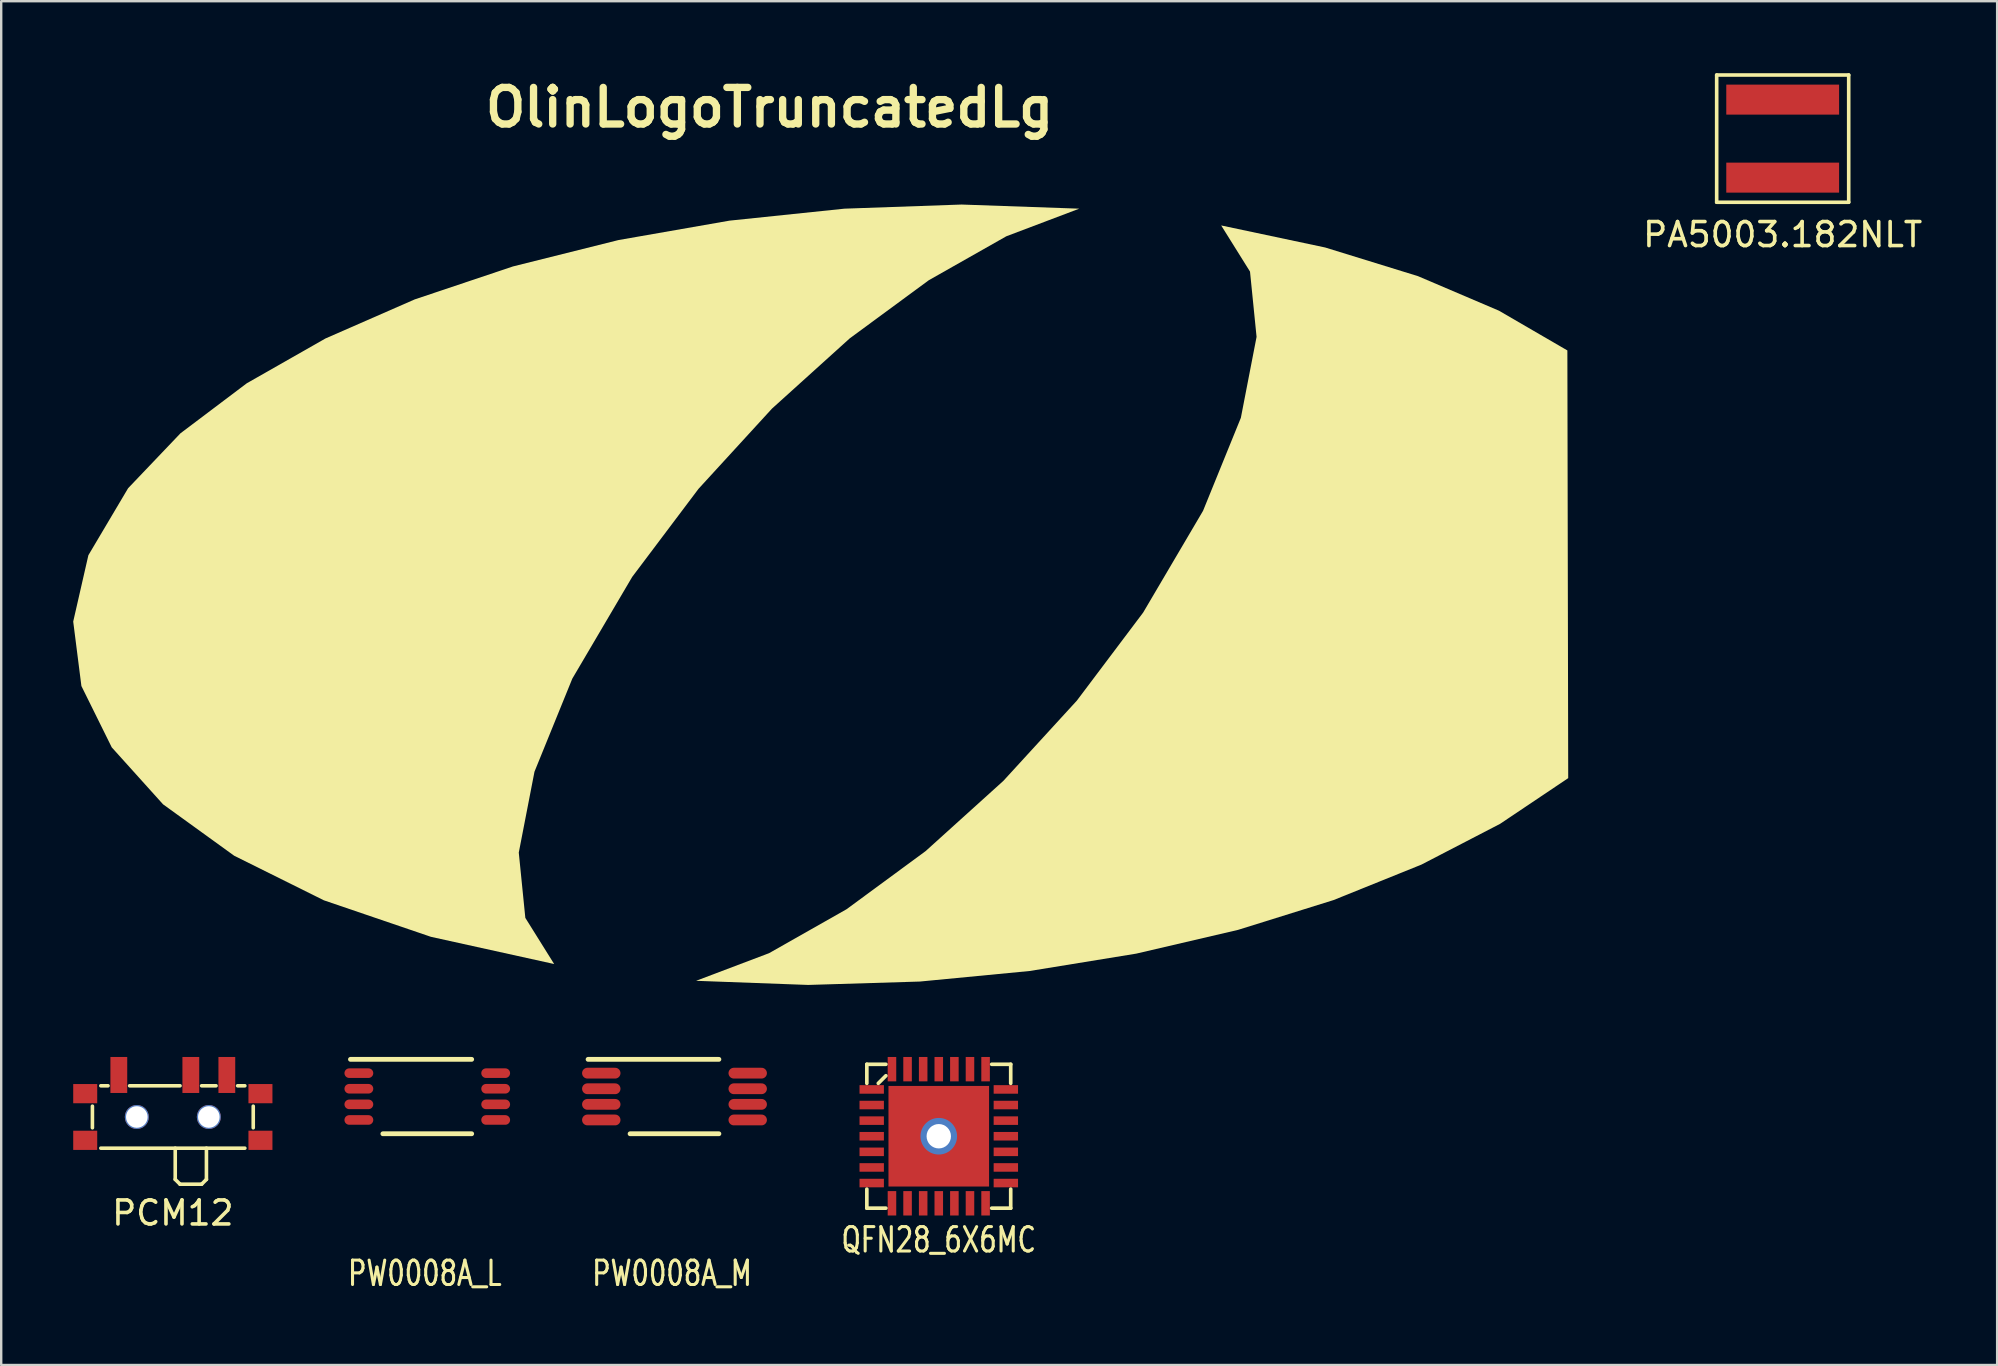
<source format=kicad_pcb>
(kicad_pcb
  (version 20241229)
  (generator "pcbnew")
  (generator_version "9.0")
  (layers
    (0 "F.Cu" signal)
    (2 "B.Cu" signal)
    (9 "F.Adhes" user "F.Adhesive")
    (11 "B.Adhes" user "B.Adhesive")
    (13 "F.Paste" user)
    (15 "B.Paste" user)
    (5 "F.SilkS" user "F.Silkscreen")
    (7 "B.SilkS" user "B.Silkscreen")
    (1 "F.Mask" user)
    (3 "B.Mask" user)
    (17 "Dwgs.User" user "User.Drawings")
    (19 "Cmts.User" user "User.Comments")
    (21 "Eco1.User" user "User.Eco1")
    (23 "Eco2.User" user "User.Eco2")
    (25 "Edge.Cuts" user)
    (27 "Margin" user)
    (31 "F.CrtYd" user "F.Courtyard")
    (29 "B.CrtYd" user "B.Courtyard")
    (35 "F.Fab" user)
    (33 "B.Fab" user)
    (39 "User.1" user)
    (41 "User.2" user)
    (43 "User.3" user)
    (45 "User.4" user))
  (footprint "PW0008A_L"
    (layer "F.Cu")
    (at 14.75 42.632)
    (property "Reference" "PW0008A_L" (at -0.102 7.366 0) (layer "F.SilkS") (effects (font (size 1.016 0.762) (thickness 0.127))))
    (attr smd)
    (fp_line (start -3.2 -1.55) (end 1.85 -1.55) (stroke (width 0.2) (type solid)) (layer "F.SilkS"))
    (fp_line (start -1.85 1.55) (end 1.85 1.55) (stroke (width 0.2) (type solid)) (layer "F.SilkS"))
    (pad "1" smd oval (at -2.85 -0.975) (size 1.2 0.4) (layers "F.Cu" "F.Mask" "F.Paste"))
    (pad "2" smd oval (at -2.85 -0.325) (size 1.2 0.4) (layers "F.Cu" "F.Mask" "F.Paste"))
    (pad "3" smd oval (at -2.85 0.325) (size 1.2 0.4) (layers "F.Cu" "F.Mask" "F.Paste"))
    (pad "4" smd oval (at -2.85 0.975) (size 1.2 0.4) (layers "F.Cu" "F.Mask" "F.Paste"))
    (pad "5" smd oval (at 2.85 0.975) (size 1.2 0.4) (layers "F.Cu" "F.Mask" "F.Paste"))
    (pad "6" smd oval (at 2.85 0.325) (size 1.2 0.4) (layers "F.Cu" "F.Mask" "F.Paste"))
    (pad "7" smd oval (at 2.85 -0.325) (size 1.2 0.4) (layers "F.Cu" "F.Mask" "F.Paste"))
    (pad "8" smd oval (at 2.85 -0.975) (size 1.2 0.4) (layers "F.Cu" "F.Mask" "F.Paste")))
  (footprint "PCM12"
    (layer "F.Cu")
    (at 4.15 43.483)
    (property "Reference" "PCM12" (at 0 4 0) (layer "F.SilkS") (effects (font (size 1 1) (thickness 0.15))))
    (attr smd)
    (fp_line (start -3.35 -0.45) (end -3.35 0.45) (stroke (width 0.15) (type solid)) (layer "F.SilkS"))
    (fp_line (start -3 -1.3) (end -2.7 -1.3) (stroke (width 0.15) (type solid)) (layer "F.SilkS"))
    (fp_line (start -3 1.3) (end 3 1.3) (stroke (width 0.15) (type solid)) (layer "F.SilkS"))
    (fp_line (start -1.8 -1.3) (end 0.3 -1.3) (stroke (width 0.15) (type solid)) (layer "F.SilkS"))
    (fp_line (start 0.1 1.3) (end 0.1 2.6) (stroke (width 0.15) (type solid)) (layer "F.SilkS"))
    (fp_line (start 0.1 2.6) (end 0.3 2.8) (stroke (width 0.15) (type solid)) (layer "F.SilkS"))
    (fp_line (start 0.3 2.8) (end 1.2 2.8) (stroke (width 0.15) (type solid)) (layer "F.SilkS"))
    (fp_line (start 1.2 -1.3) (end 1.8 -1.3) (stroke (width 0.15) (type solid)) (layer "F.SilkS"))
    (fp_line (start 1.2 2.8) (end 1.4 2.6) (stroke (width 0.15) (type solid)) (layer "F.SilkS"))
    (fp_line (start 1.4 1.3) (end 1.4 2.6) (stroke (width 0.15) (type solid)) (layer "F.SilkS"))
    (fp_line (start 3 -1.3) (end 2.7 -1.3) (stroke (width 0.15) (type solid)) (layer "F.SilkS"))
    (fp_line (start 3.35 -0.45) (end 3.35 0.45) (stroke (width 0.15) (type solid)) (layer "F.SilkS"))
    (pad "" np_thru_hole circle (at -1.5 0) (size 1 1) (drill 0.9) (layers "*.Cu" "*.Mask"))
    (pad "" np_thru_hole circle (at 1.5 0) (size 1 1) (drill 0.9) (layers "*.Cu" "*.Mask"))
    (pad "1" smd rect (at -2.25 -1.75) (size 0.7 1.5) (layers "F.Cu" "F.Mask" "F.Paste"))
    (pad "2" smd rect (at 0.75 -1.75) (size 0.7 1.5) (layers "F.Cu" "F.Mask" "F.Paste"))
    (pad "3" smd rect (at 2.25 -1.75) (size 0.7 1.5) (layers "F.Cu" "F.Mask" "F.Paste"))
    (pad "4" smd rect (at 3.65 -0.972) (size 1 0.8) (layers "F.Cu" "F.Mask" "F.Paste"))
    (pad "5" smd rect (at 3.65 0.972) (size 1 0.8) (layers "F.Cu" "F.Mask" "F.Paste"))
    (pad "6" smd rect (at -3.65 0.972) (size 1 0.8) (layers "F.Cu" "F.Mask" "F.Paste"))
    (pad "7" smd rect (at -3.65 -0.972) (size 1 0.8) (layers "F.Cu" "F.Mask" "F.Paste")))
  (footprint "OlinLogoTruncatedLg"
    (layer "F.Cu")
    (at 29.01 21.643)
    (property "Reference" "OlinLogoTruncatedLg" (at 0 -20.217 0) (layer "F.SilkS") (effects (font (size 1.524 1.524) (thickness 0.305))))
    (attr smd)
    (fp_poly (pts (xy 33.236 -10.094) (xy 30.385 -11.75) (xy 27.012 -13.189) (xy 23.145 -14.383) (xy 18.814 -15.301) (xy 20.015 -13.378) (xy 20.288 -10.659) (xy 19.634 -7.288) (xy 18.058 -3.412) (xy 15.563 0.826) (xy 12.8 4.496) (xy 9.739 7.838) (xy 6.5 10.764) (xy 3.206 13.186) (xy -0.022 15.016) (xy -3.062 16.167) (xy 1.608 16.339) (xy 6.261 16.198) (xy 10.837 15.758) (xy 15.275 15.035) (xy 19.514 14.046) (xy 23.494 12.804) (xy 27.154 11.327) (xy 30.433 9.628) (xy 33.271 7.724) (xy 33.236 -10.094)) (stroke (width 0) (type solid)) (fill yes) (layer "F.SilkS"))
    (fp_poly (pts (xy 12.902 -16) (xy 8 -16.172) (xy 3.119 -16) (xy -1.669 -15.501) (xy -6.296 -14.692) (xy -10.691 -13.593) (xy -14.783 -12.22) (xy -18.502 -10.592) (xy -21.779 -8.726) (xy -24.543 -6.641) (xy -26.723 -4.354) (xy -28.378 -1.563) (xy -29.01 1.201) (xy -28.669 3.886) (xy -27.405 6.441) (xy -25.267 8.815) (xy -22.305 10.956) (xy -18.569 12.813) (xy -14.109 14.334) (xy -8.974 15.468) (xy -10.175 13.545) (xy -10.448 10.826) (xy -9.794 7.456) (xy -8.218 3.579) (xy -5.723 -0.659) (xy -2.96 -4.329) (xy 0.101 -7.671) (xy 3.34 -10.597) (xy 6.634 -13.019) (xy 9.862 -14.849) (xy 12.902 -16)) (stroke (width 0) (type solid)) (fill yes) (layer "F.SilkS")))
  (footprint "PA5003.182NLT"
    (layer "F.Cu")
    (at 71.216 2.725)
    (property "Reference" "PA5003.182NLT" (at 0 4 0) (layer "F.SilkS") (effects (font (size 1 1) (thickness 0.15))))
    (attr smd)
    (fp_line (start -2.75 -2.65) (end -2.75 2.65) (stroke (width 0.15) (type solid)) (layer "F.SilkS"))
    (fp_line (start -2.75 -2.65) (end 2.75 -2.65) (stroke (width 0.15) (type solid)) (layer "F.SilkS"))
    (fp_line (start -2.75 2.65) (end 2.75 2.65) (stroke (width 0.15) (type solid)) (layer "F.SilkS"))
    (fp_line (start 2.75 -2.65) (end 2.75 2.65) (stroke (width 0.15) (type solid)) (layer "F.SilkS"))
    (pad "1" smd rect (at 0 1.625) (size 4.7 1.25) (layers "F.Cu" "F.Mask" "F.Paste"))
    (pad "2" smd rect (at 0 -1.625) (size 4.7 1.25) (layers "F.Cu" "F.Mask" "F.Paste")))
  (footprint "PW0008A_M"
    (layer "F.Cu")
    (at 25.049 42.632)
    (property "Reference" "PW0008A_M" (at -0.102 7.366 0) (layer "F.SilkS") (effects (font (size 1.016 0.762) (thickness 0.127))))
    (attr smd)
    (fp_line (start -3.6 -1.55) (end 1.85 -1.55) (stroke (width 0.2) (type solid)) (layer "F.SilkS"))
    (fp_line (start -1.85 1.55) (end 1.85 1.55) (stroke (width 0.2) (type solid)) (layer "F.SilkS"))
    (pad "1" smd oval (at -3.05 -0.975) (size 1.6 0.45) (layers "F.Cu" "F.Mask" "F.Paste"))
    (pad "2" smd oval (at -3.05 -0.325) (size 1.6 0.45) (layers "F.Cu" "F.Mask" "F.Paste"))
    (pad "3" smd oval (at -3.05 0.325) (size 1.6 0.45) (layers "F.Cu" "F.Mask" "F.Paste"))
    (pad "4" smd oval (at -3.05 0.975) (size 1.6 0.45) (layers "F.Cu" "F.Mask" "F.Paste"))
    (pad "5" smd oval (at 3.05 0.975) (size 1.6 0.45) (layers "F.Cu" "F.Mask" "F.Paste"))
    (pad "6" smd oval (at 3.05 0.325) (size 1.6 0.45) (layers "F.Cu" "F.Mask" "F.Paste"))
    (pad "7" smd oval (at 3.05 -0.325) (size 1.6 0.45) (layers "F.Cu" "F.Mask" "F.Paste"))
    (pad "8" smd oval (at 3.05 -0.975) (size 1.6 0.45) (layers "F.Cu" "F.Mask" "F.Paste")))
  (footprint "QFN28_6X6MC"
    (layer "F.Cu")
    (at 36.059 44.285)
    (property "Reference" "QFN28_6X6MC" (at 0 4.318 0) (layer "F.SilkS") (effects (font (size 1.016 0.762) (thickness 0.127))))
    (attr smd)
    (fp_line (start -2.997 -2.997) (end -2.997 -2.204) (stroke (width 0.152) (type solid)) (layer "F.SilkS"))
    (fp_line (start -2.997 2.204) (end -2.997 2.997) (stroke (width 0.152) (type solid)) (layer "F.SilkS"))
    (fp_line (start -2.997 2.997) (end -2.204 2.997) (stroke (width 0.152) (type solid)) (layer "F.SilkS"))
    (fp_line (start -2.52 -2.204) (end -2.204 -2.52) (stroke (width 0.152) (type solid)) (layer "F.SilkS"))
    (fp_line (start -2.204 -2.997) (end -2.997 -2.997) (stroke (width 0.152) (type solid)) (layer "F.SilkS"))
    (fp_line (start 2.204 2.997) (end 2.997 2.997) (stroke (width 0.152) (type solid)) (layer "F.SilkS"))
    (fp_line (start 2.997 -2.997) (end 2.204 -2.997) (stroke (width 0.152) (type solid)) (layer "F.SilkS"))
    (fp_line (start 2.997 -2.204) (end 2.997 -2.997) (stroke (width 0.152) (type solid)) (layer "F.SilkS"))
    (fp_line (start 2.997 2.997) (end 2.997 2.204) (stroke (width 0.152) (type solid)) (layer "F.SilkS"))
    (pad "1" smd rect (at -2.794 -1.95) (size 1.016 0.356) (layers "F.Cu" "F.Mask" "F.Paste"))
    (pad "2" smd rect (at -2.794 -1.3) (size 1.016 0.356) (layers "F.Cu" "F.Mask" "F.Paste"))
    (pad "3" smd rect (at -2.794 -0.65) (size 1.016 0.356) (layers "F.Cu" "F.Mask" "F.Paste"))
    (pad "4" smd rect (at -2.794 0) (size 1.016 0.356) (layers "F.Cu" "F.Mask" "F.Paste"))
    (pad "5" smd rect (at -2.794 0.65) (size 1.016 0.356) (layers "F.Cu" "F.Mask" "F.Paste"))
    (pad "6" smd rect (at -2.794 1.3) (size 1.016 0.356) (layers "F.Cu" "F.Mask" "F.Paste"))
    (pad "7" smd rect (at -2.794 1.95) (size 1.016 0.356) (layers "F.Cu" "F.Mask" "F.Paste"))
    (pad "8" smd rect (at -1.95 2.794 270) (size 1.016 0.356) (layers "F.Cu" "F.Mask" "F.Paste"))
    (pad "9" smd rect (at -1.3 2.794 270) (size 1.016 0.356) (layers "F.Cu" "F.Mask" "F.Paste"))
    (pad "10" smd rect (at -0.65 2.794 270) (size 1.016 0.356) (layers "F.Cu" "F.Mask" "F.Paste"))
    (pad "11" smd rect (at 0 2.794 270) (size 1.016 0.356) (layers "F.Cu" "F.Mask" "F.Paste"))
    (pad "12" smd rect (at 0.65 2.794 270) (size 1.016 0.356) (layers "F.Cu" "F.Mask" "F.Paste"))
    (pad "13" smd rect (at 1.3 2.794 270) (size 1.016 0.356) (layers "F.Cu" "F.Mask" "F.Paste"))
    (pad "14" smd rect (at 1.95 2.794 270) (size 1.016 0.356) (layers "F.Cu" "F.Mask" "F.Paste"))
    (pad "15" smd rect (at 2.794 1.95) (size 1.016 0.356) (layers "F.Cu" "F.Mask" "F.Paste"))
    (pad "16" smd rect (at 2.794 1.3) (size 1.016 0.356) (layers "F.Cu" "F.Mask" "F.Paste"))
    (pad "17" smd rect (at 2.794 0.65) (size 1.016 0.356) (layers "F.Cu" "F.Mask" "F.Paste"))
    (pad "18" smd rect (at 2.794 0) (size 1.016 0.356) (layers "F.Cu" "F.Mask" "F.Paste"))
    (pad "19" smd rect (at 2.794 -0.65) (size 1.016 0.356) (layers "F.Cu" "F.Mask" "F.Paste"))
    (pad "20" smd rect (at 2.794 -1.3) (size 1.016 0.356) (layers "F.Cu" "F.Mask" "F.Paste"))
    (pad "21" smd rect (at 2.794 -1.95) (size 1.016 0.356) (layers "F.Cu" "F.Mask" "F.Paste"))
    (pad "22" smd rect (at 1.95 -2.794 270) (size 1.016 0.356) (layers "F.Cu" "F.Mask" "F.Paste"))
    (pad "23" smd rect (at 1.3 -2.794 270) (size 1.016 0.356) (layers "F.Cu" "F.Mask" "F.Paste"))
    (pad "24" smd rect (at 0.65 -2.794 270) (size 1.016 0.356) (layers "F.Cu" "F.Mask" "F.Paste"))
    (pad "25" smd rect (at 0 -2.794 270) (size 1.016 0.356) (layers "F.Cu" "F.Mask" "F.Paste"))
    (pad "26" smd rect (at -0.65 -2.794 270) (size 1.016 0.356) (layers "F.Cu" "F.Mask" "F.Paste"))
    (pad "27" smd rect (at -1.3 -2.794 270) (size 1.016 0.356) (layers "F.Cu" "F.Mask" "F.Paste"))
    (pad "28" smd rect (at -1.95 -2.794 270) (size 1.016 0.356) (layers "F.Cu" "F.Mask" "F.Paste"))
    (pad "29" thru_hole circle (at 0 0) (size 1.524 1.524) (drill 1.016) (layers "*.Cu" "*.Mask"))
    (pad "29" smd rect (at 0 0) (size 4.191 4.191) (layers "F.Cu" "F.Mask" "F.Paste")))
  (gr_rect
    (start -3 -3)
    (end 80.15 53.816)
    (stroke (width 0.1) (type default))
    (fill no)
    (layer "Edge.Cuts")))
</source>
